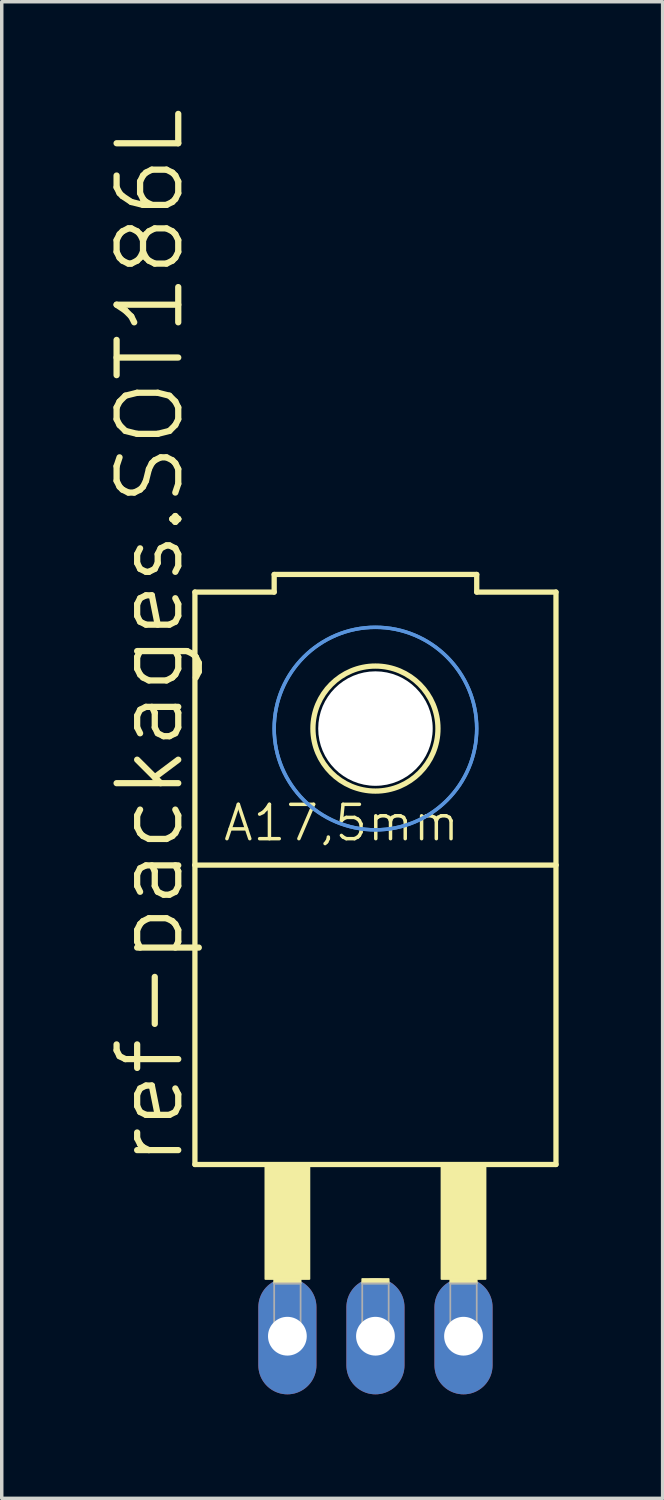
<source format=kicad_pcb>
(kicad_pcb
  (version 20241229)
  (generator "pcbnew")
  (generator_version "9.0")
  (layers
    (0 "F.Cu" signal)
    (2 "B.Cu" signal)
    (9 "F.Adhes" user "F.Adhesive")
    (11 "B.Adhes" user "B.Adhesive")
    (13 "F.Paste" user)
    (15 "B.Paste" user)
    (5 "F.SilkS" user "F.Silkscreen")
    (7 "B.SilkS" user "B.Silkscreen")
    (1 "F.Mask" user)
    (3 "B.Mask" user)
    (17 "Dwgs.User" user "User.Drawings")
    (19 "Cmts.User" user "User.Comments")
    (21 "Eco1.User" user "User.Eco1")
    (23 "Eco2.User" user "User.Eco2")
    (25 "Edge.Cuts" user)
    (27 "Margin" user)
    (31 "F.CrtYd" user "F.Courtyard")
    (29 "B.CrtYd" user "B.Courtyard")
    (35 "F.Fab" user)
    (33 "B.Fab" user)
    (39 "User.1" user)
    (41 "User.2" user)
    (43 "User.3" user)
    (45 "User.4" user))
  (footprint "ref-packages.SOT186L"
    (layer "F.Cu")
    (at 7.779 29.14)
    (property "Reference" "ref-packages.SOT186L" (at -5.461 1.524 90) (layer "F.SilkS") (effects (font (size 1.778 1.778) (thickness 0.18)) (justify left bottom)))
    (attr through_hole)
    (fp_line (start -5.207 -15.113) (end -2.921 -15.113) (stroke (width 0.152) (type default)) (layer "F.SilkS"))
    (fp_line (start -5.207 -7.239) (end -5.207 -15.113) (stroke (width 0.152) (type default)) (layer "F.SilkS"))
    (fp_line (start -5.207 -7.239) (end 5.207 -7.239) (stroke (width 0.152) (type default)) (layer "F.SilkS"))
    (fp_line (start -5.207 1.397) (end -5.207 -7.239) (stroke (width 0.152) (type default)) (layer "F.SilkS"))
    (fp_line (start -5.207 1.397) (end 5.207 1.397) (stroke (width 0.152) (type default)) (layer "F.SilkS"))
    (fp_line (start -2.921 -15.621) (end -2.921 -15.113) (stroke (width 0.152) (type default)) (layer "F.SilkS"))
    (fp_line (start -2.921 -15.621) (end 2.921 -15.621) (stroke (width 0.152) (type default)) (layer "F.SilkS"))
    (fp_line (start 2.921 -15.621) (end 2.921 -15.113) (stroke (width 0.152) (type default)) (layer "F.SilkS"))
    (fp_line (start 5.207 -15.113) (end 2.921 -15.113) (stroke (width 0.152) (type default)) (layer "F.SilkS"))
    (fp_line (start 5.207 -7.239) (end 5.207 -15.113) (stroke (width 0.152) (type default)) (layer "F.SilkS"))
    (fp_line (start 5.207 1.397) (end 5.207 -7.239) (stroke (width 0.152) (type default)) (layer "F.SilkS"))
    (fp_rect (start -3.175 4.699) (end -1.905 1.397) (stroke (width 0.05) (type default)) (fill yes) (layer "F.SilkS"))
    (fp_rect (start -2.921 4.826) (end -2.159 4.699) (stroke (width 0.05) (type default)) (fill yes) (layer "F.SilkS"))
    (fp_rect (start -0.381 4.826) (end 0.381 4.699) (stroke (width 0.05) (type default)) (fill yes) (layer "F.SilkS"))
    (fp_rect (start 1.905 4.699) (end 3.175 1.397) (stroke (width 0.05) (type default)) (fill yes) (layer "F.SilkS"))
    (fp_rect (start 2.159 4.826) (end 2.921 4.699) (stroke (width 0.05) (type default)) (fill yes) (layer "F.SilkS"))
    (fp_circle (center 0 -11.176) (end 1.803 -11.176) (stroke (width 0.152) (type default)) (fill no) (layer "F.SilkS"))
    (fp_circle (center 0 -11.176) (end 2.921 -11.176) (stroke (width 0.1) (type default)) (fill no) (layer "Cmts.User"))
    (fp_circle (center 0 -11.176) (end 2.921 -11.176) (stroke (width 0.1) (type default)) (fill no) (layer "Cmts.User"))
    (fp_rect (start -2.921 6.477) (end -2.159 4.826) (stroke (width 0.05) (type default)) (fill no) (layer "F.Fab"))
    (fp_rect (start -0.381 6.477) (end 0.381 4.826) (stroke (width 0.05) (type default)) (fill no) (layer "F.Fab"))
    (fp_rect (start 2.159 6.477) (end 2.921 4.826) (stroke (width 0.05) (type default)) (fill no) (layer "F.Fab"))
    (fp_text user "A17,5mm" (at -4.445 -7.874 0) (layer "F.SilkS") (effects (font (size 0.991 0.991) (thickness 0.1)) (justify left bottom)))
    (pad "" np_thru_hole circle (at 0 -11.176) (size 3.302 3.302) (drill 3.302) (layers "*.Cu" "*.Mask"))
    (pad "A1" thru_hole oval (at -2.54 6.35 90) (size 3.353 1.676) (drill 1.118) (layers "*.Cu" "*.Mask"))
    (pad "A2" thru_hole oval (at 2.54 6.35 90) (size 3.353 1.676) (drill 1.118) (layers "*.Cu" "*.Mask"))
    (pad "C" thru_hole oval (at 0 6.35 90) (size 3.353 1.676) (drill 1.118) (layers "*.Cu" "*.Mask")))
  (gr_rect
    (start -3 -3)
    (end 16.062 40.167)
    (stroke (width 0.1) (type default))
    (fill no)
    (layer "Edge.Cuts")))
</source>
